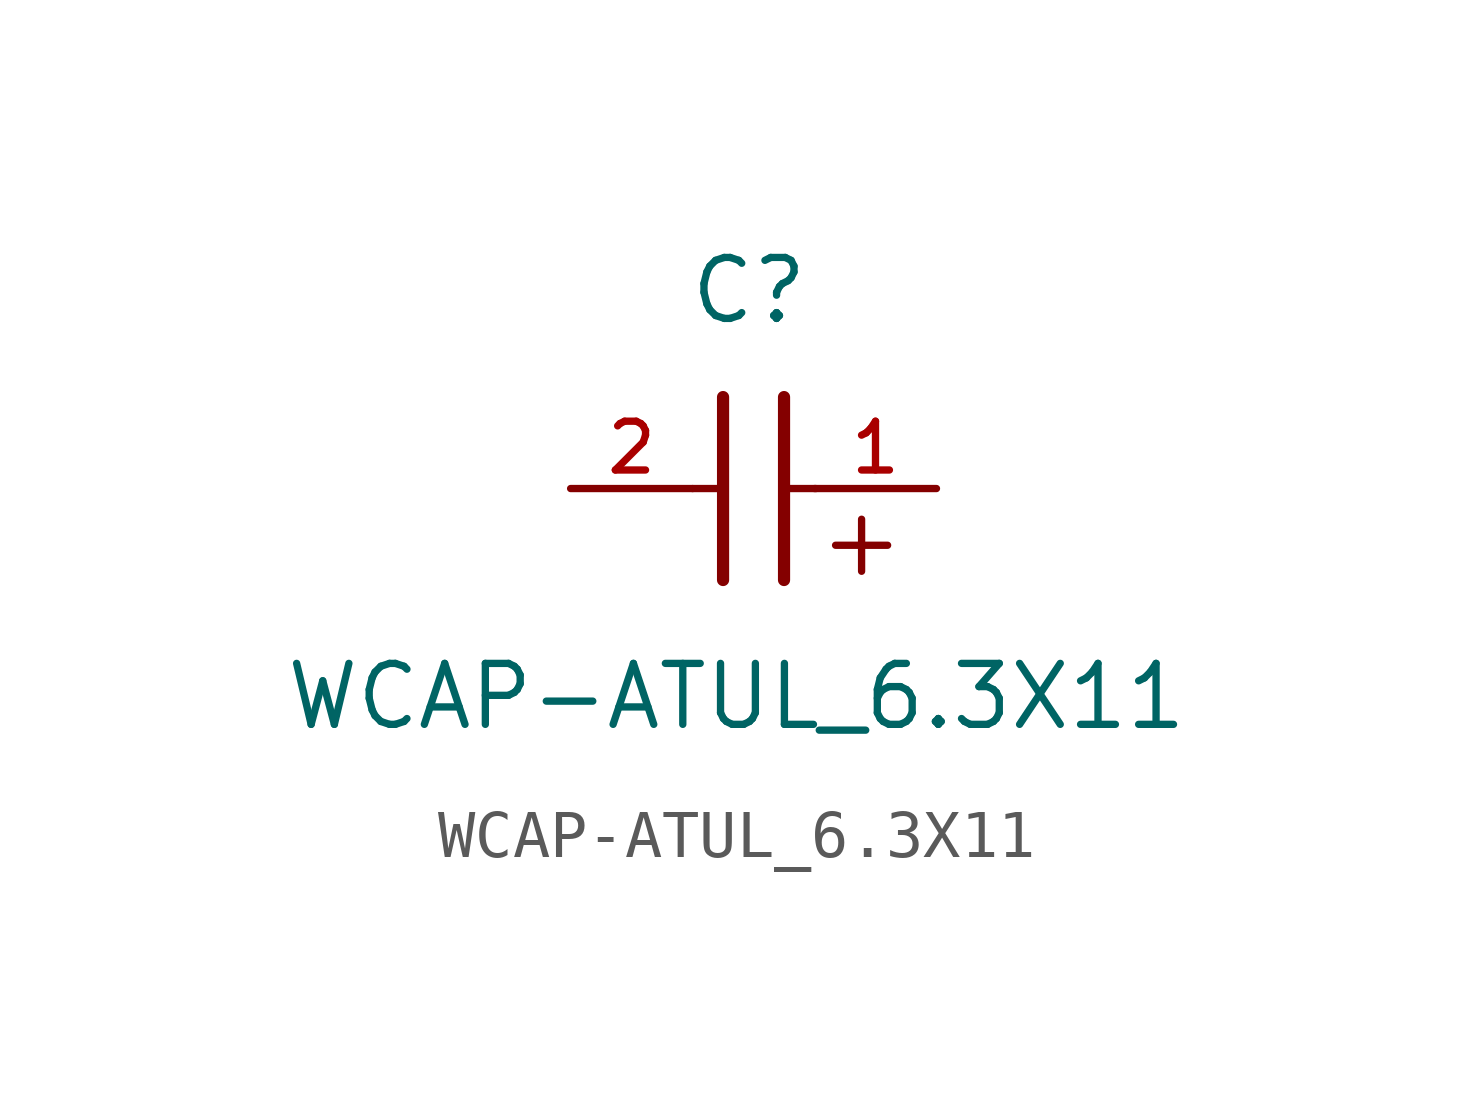
<source format=kicad_sym>
(kicad_symbol_lib
  (version 20211014)
  (generator kicad_symbol_editor)
  (symbol "WCAP-ATUL_6.3X11"
    (pin_names
      (offset 1.016))
    (property "Reference" "C"
      (at 1.175 3.38 0)
      (effects (font (size 1.27 1.27)) (justify bottom)))
    (property "Value" "WCAP-ATUL_6.3X11"
      (at 0.915 -5.075 0)
      (effects (font (size 1.27 1.27)) (justify bottom)))
    (symbol "WCAP-ATUL_6.3X11_0_0"
      (text "+" (at 2.54 -1.905 0) (effects (font (size 1.422 1.422)) (justify bottom left)))
      (polyline (pts (xy 1.905 1.905) (xy 1.905 -1.905)) (stroke (width 0.254)))
      (polyline (pts (xy 0.635 -1.905) (xy 0.635 1.905)) (stroke (width 0.254)))
      (polyline (pts (xy 0.0 0.0) (xy 0.643 0.0)) (stroke (width 0.152)))
      (polyline (pts (xy 1.928 0.0) (xy 2.57 0.0)) (stroke (width 0.152)))
      (pin passive line (at 5.08 0.0 180.0) (length 2.54) (name "~" (effects (font (size 1.016 1.016)))) (number "1" (effects (font (size 1.016 1.016)))))
      (pin passive line (at -2.54 0.0 0) (length 2.54) (name "~" (effects (font (size 1.016 1.016)))) (number "2" (effects (font (size 1.016 1.016))))))))
</source>
